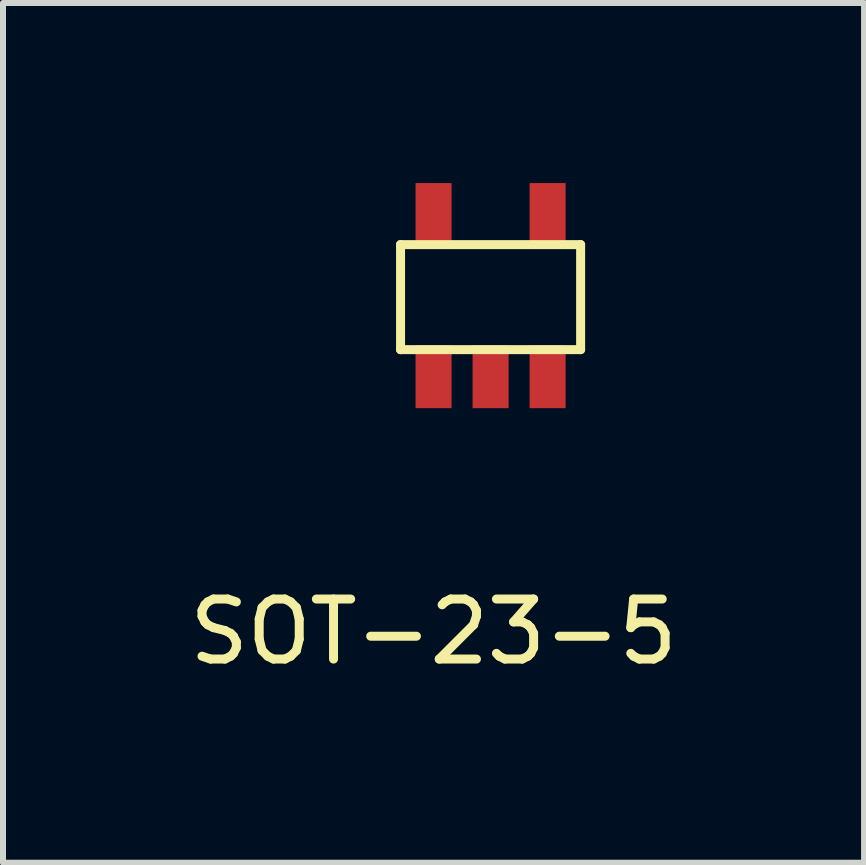
<source format=kicad_pcb>
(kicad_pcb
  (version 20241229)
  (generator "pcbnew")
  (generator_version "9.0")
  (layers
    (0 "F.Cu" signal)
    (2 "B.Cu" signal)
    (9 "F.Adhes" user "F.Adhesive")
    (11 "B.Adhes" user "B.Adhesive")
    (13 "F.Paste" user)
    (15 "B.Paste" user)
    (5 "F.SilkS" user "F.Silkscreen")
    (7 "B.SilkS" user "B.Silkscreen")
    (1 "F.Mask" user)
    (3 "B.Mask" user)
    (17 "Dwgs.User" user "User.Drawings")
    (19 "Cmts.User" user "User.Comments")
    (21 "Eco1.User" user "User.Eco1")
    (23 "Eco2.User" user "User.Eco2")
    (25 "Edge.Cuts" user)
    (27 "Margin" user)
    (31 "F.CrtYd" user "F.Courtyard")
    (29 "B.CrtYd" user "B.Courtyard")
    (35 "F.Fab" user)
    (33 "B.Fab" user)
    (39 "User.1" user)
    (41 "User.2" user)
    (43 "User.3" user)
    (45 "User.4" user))
  (footprint "SOT-23-5"
    (layer "F.Cu")
    (at 4.173 3.225)
    (property "Reference" "SOT-23-5" (at 0 4.25 0) (layer "F.SilkS") (effects (font (size 1 1) (thickness 0.15))))
    (attr through_hole)
    (fp_line (start -0.55 -2.2) (end -0.55 -0.45) (stroke (width 0.15) (type solid)) (layer "F.SilkS"))
    (fp_line (start -0.55 -0.45) (end 2.45 -0.45) (stroke (width 0.15) (type solid)) (layer "F.SilkS"))
    (fp_line (start 2.45 -2.2) (end -0.55 -2.2) (stroke (width 0.15) (type solid)) (layer "F.SilkS"))
    (fp_line (start 2.45 -0.45) (end 2.45 -2.2) (stroke (width 0.15) (type solid)) (layer "F.SilkS"))
    (pad "1" smd rect (at 0 0) (size 0.6 1.05) (layers "F.Cu" "F.Mask" "F.Paste"))
    (pad "2" smd rect (at 0.95 0) (size 0.6 1.05) (layers "F.Cu" "F.Mask" "F.Paste"))
    (pad "3" smd rect (at 1.9 0) (size 0.6 1.05) (layers "F.Cu" "F.Mask" "F.Paste"))
    (pad "4" smd rect (at 1.9 -2.7) (size 0.6 1.05) (layers "F.Cu" "F.Mask" "F.Paste"))
    (pad "5" smd rect (at 0 -2.7) (size 0.6 1.05) (layers "F.Cu" "F.Mask" "F.Paste")))
  (gr_rect
    (start -3 -3)
    (end 11.345 11.323)
    (stroke (width 0.1) (type default))
    (fill no)
    (layer "Edge.Cuts")))
</source>
